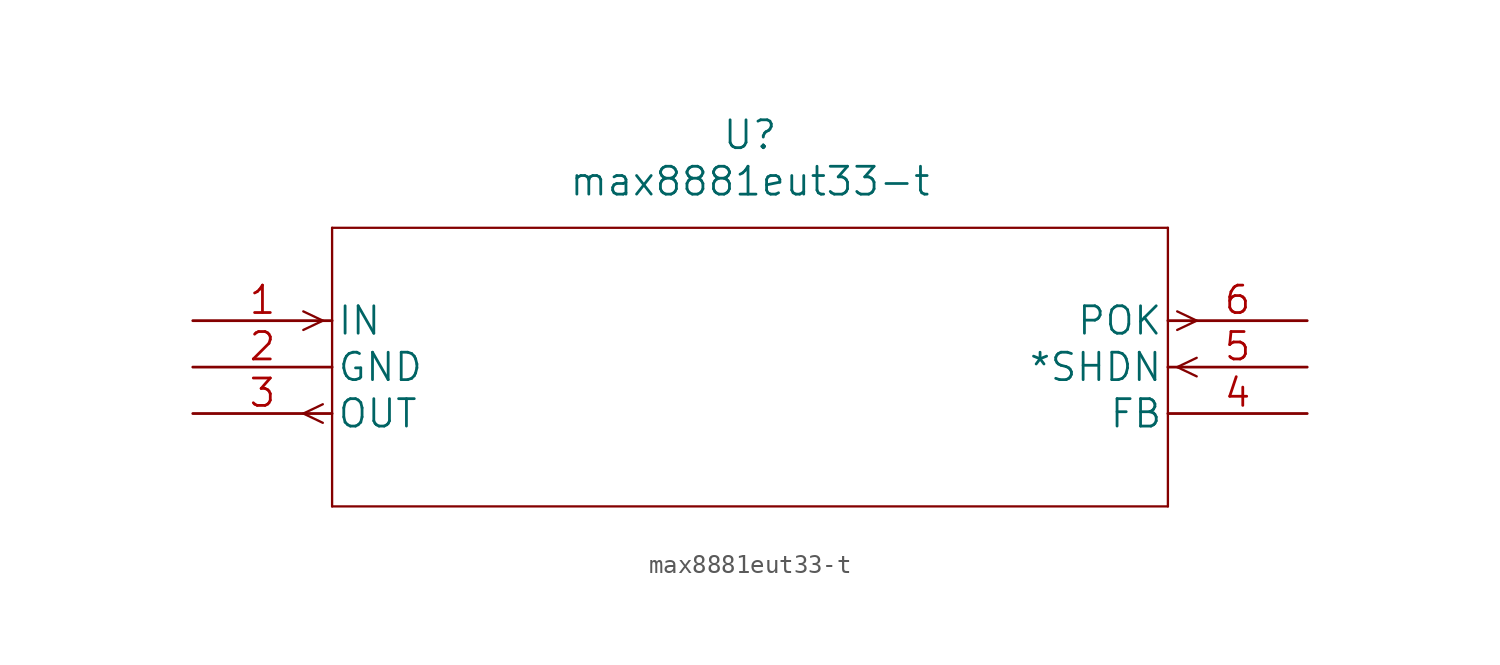
<source format=kicad_sym>
(kicad_symbol_lib
  (version 20211014)
  (generator kicad_symbol_editor)
  (symbol "max8881eut33-t"
    (pin_names
      (offset 0.254))
    (property "Reference" "U"
      (at 30.48 10.16 0)
      (effects (font (size 1.524 1.524))))
    (property "Value" "max8881eut33-t"
      (at 30.48 7.62 0)
      (effects (font (size 1.524 1.524))))
    (property "Datasheet" ""
      (at 0 0 0)
      (effects (font (size 1.524 1.524))))
    (property "ki_locked" ""
      (at 0 0 0)
      (effects (font (size 1.27 1.27))))
    (symbol "max8881eut33-t_1_1"
      (polyline (pts (xy 7.112 -5.588) (xy 6.045 -5.08)) (stroke (width 0.127) (type default) (color 0 0 0 0)) (fill (type none)))
      (polyline (pts (xy 7.112 -4.572) (xy 6.045 -5.08)) (stroke (width 0.127) (type default) (color 0 0 0 0)) (fill (type none)))
      (polyline (pts (xy 7.112 0) (xy 6.045 -0.508)) (stroke (width 0.127) (type default) (color 0 0 0 0)) (fill (type none)))
      (polyline (pts (xy 7.112 0) (xy 6.045 0.508)) (stroke (width 0.127) (type default) (color 0 0 0 0)) (fill (type none)))
      (polyline (pts (xy 7.62 -10.16) (xy 53.34 -10.16)) (stroke (width 0.127) (type default) (color 0 0 0 0)) (fill (type none)))
      (polyline (pts (xy 7.62 5.08) (xy 7.62 -10.16)) (stroke (width 0.127) (type default) (color 0 0 0 0)) (fill (type none)))
      (polyline (pts (xy 53.34 -10.16) (xy 53.34 5.08)) (stroke (width 0.127) (type default) (color 0 0 0 0)) (fill (type none)))
      (polyline (pts (xy 53.34 5.08) (xy 7.62 5.08)) (stroke (width 0.127) (type default) (color 0 0 0 0)) (fill (type none)))
      (polyline (pts (xy 53.848 -2.54) (xy 54.915 -3.048)) (stroke (width 0.127) (type default) (color 0 0 0 0)) (fill (type none)))
      (polyline (pts (xy 53.848 -2.54) (xy 54.915 -2.032)) (stroke (width 0.127) (type default) (color 0 0 0 0)) (fill (type none)))
      (polyline (pts (xy 53.848 -0.508) (xy 54.915 0)) (stroke (width 0.127) (type default) (color 0 0 0 0)) (fill (type none)))
      (polyline (pts (xy 53.848 0.508) (xy 54.915 0)) (stroke (width 0.127) (type default) (color 0 0 0 0)) (fill (type none)))
      (pin input line (at 0 0 0) (length 7.62) (name "IN" (effects (font (size 1.499 1.499)))) (number "1" (effects (font (size 1.499 1.499)))))
      (pin power_in line (at 0 -2.54 0) (length 7.62) (name "GND" (effects (font (size 1.499 1.499)))) (number "2" (effects (font (size 1.499 1.499)))))
      (pin output line (at 0 -5.08 0) (length 7.62) (name "OUT" (effects (font (size 1.499 1.499)))) (number "3" (effects (font (size 1.499 1.499)))))
      (pin unspecified line (at 60.96 -5.08 180) (length 7.62) (name "FB" (effects (font (size 1.499 1.499)))) (number "4" (effects (font (size 1.499 1.499)))))
      (pin input line (at 60.96 -2.54 180) (length 7.62) (name "*SHDN" (effects (font (size 1.499 1.499)))) (number "5" (effects (font (size 1.499 1.499)))))
      (pin output line (at 60.96 0 180) (length 7.62) (name "POK" (effects (font (size 1.499 1.499)))) (number "6" (effects (font (size 1.499 1.499))))))))
</source>
